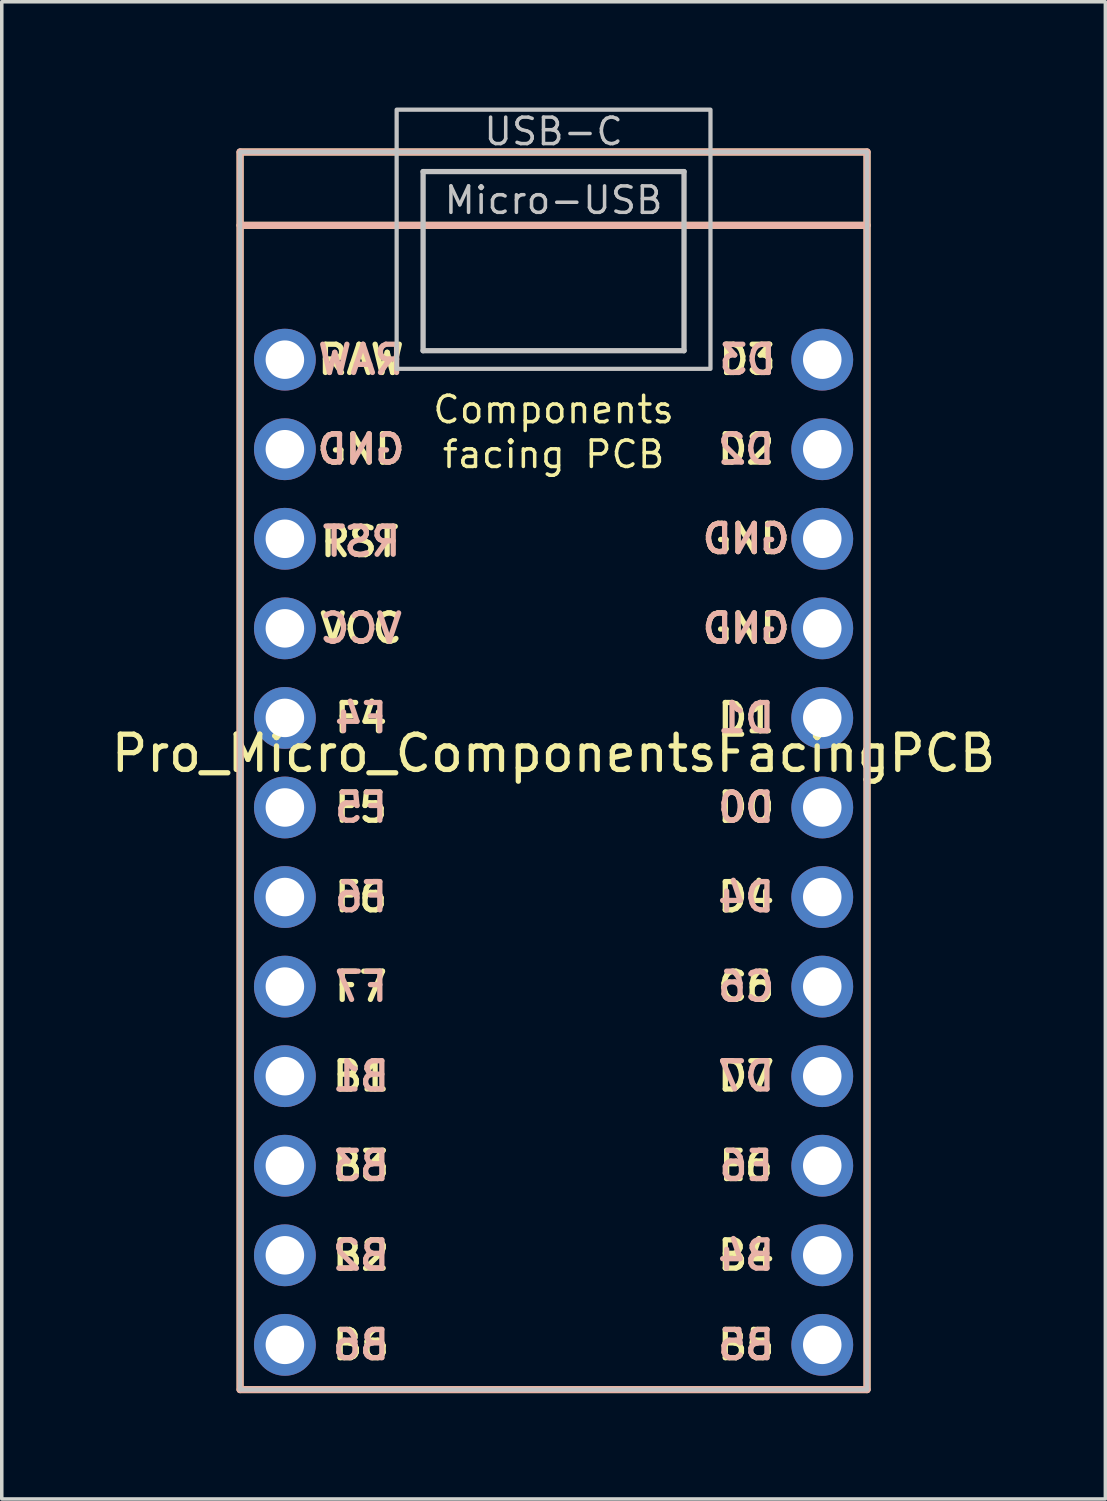
<source format=kicad_pcb>
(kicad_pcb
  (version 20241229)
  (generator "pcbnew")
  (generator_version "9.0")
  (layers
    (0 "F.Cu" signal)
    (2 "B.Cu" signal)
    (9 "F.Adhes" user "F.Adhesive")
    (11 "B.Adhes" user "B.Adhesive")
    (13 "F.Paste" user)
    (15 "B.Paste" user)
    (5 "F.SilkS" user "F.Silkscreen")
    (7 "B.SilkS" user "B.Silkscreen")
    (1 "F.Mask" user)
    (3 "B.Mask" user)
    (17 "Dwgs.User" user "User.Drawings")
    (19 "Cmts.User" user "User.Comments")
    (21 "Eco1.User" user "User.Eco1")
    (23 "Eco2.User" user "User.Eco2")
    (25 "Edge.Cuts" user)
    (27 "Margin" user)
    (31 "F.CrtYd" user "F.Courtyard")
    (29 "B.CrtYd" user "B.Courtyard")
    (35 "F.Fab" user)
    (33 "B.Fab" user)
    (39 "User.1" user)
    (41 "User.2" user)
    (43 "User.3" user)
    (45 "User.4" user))
  (footprint "Pro_Micro_ComponentsFacingPCB"
    (layer "F.Cu")
    (at 12.649 1.816)
    (property "Reference" "Pro_Micro_ComponentsFacingPCB" (at 0 16.5 0) (layer "F.SilkS") (effects (font (size 1 1) (thickness 0.15))))
    (attr through_hole)
    (fp_line (start -8.89 1.524) (end 8.89 1.524) (stroke (width 0.2) (type solid)) (layer "F.SilkS"))
    (fp_rect (start 8.89 34.544) (end -8.89 -0.556) (stroke (width 0.2) (type solid)) (fill no) (layer "F.SilkS"))
    (fp_line (start -8.89 -0.556) (end 8.89 -0.556) (stroke (width 0.2) (type solid)) (layer "B.SilkS"))
    (fp_line (start -8.89 1.524) (end 8.89 1.524) (stroke (width 0.2) (type solid)) (layer "B.SilkS"))
    (fp_line (start -8.89 34.544) (end -8.89 -0.556) (stroke (width 0.2) (type solid)) (layer "B.SilkS"))
    (fp_line (start 8.89 -0.556) (end 8.89 34.544) (stroke (width 0.2) (type solid)) (layer "B.SilkS"))
    (fp_line (start 8.89 34.544) (end -8.89 34.544) (stroke (width 0.2) (type solid)) (layer "B.SilkS"))
    (fp_line (start -3.7 0) (end -3.7 5.08) (stroke (width 0.15) (type solid)) (layer "Dwgs.User"))
    (fp_line (start -3.7 5.08) (end 3.7 5.08) (stroke (width 0.15) (type solid)) (layer "Dwgs.User"))
    (fp_line (start 3.7 0) (end -3.7 0) (stroke (width 0.15) (type solid)) (layer "Dwgs.User"))
    (fp_line (start 3.7 5.08) (end 3.7 0) (stroke (width 0.15) (type solid)) (layer "Dwgs.User"))
    (fp_rect (start 4.45 5.594) (end -4.45 -1.756) (stroke (width 0.12) (type solid)) (fill no) (layer "Dwgs.User"))
    (fp_rect (start 8.89 34.544) (end -8.89 -0.556) (stroke (width 0.12) (type solid)) (fill no) (layer "Dwgs.User"))
    (fp_text user "F5" (at -5.461 18.034 0) (layer "F.SilkS") (effects (font (size 0.8 0.8) (thickness 0.15))))
    (fp_text user "RST" (at -5.5 10.5 0) (layer "F.SilkS") (effects (font (size 0.8 0.8) (thickness 0.15))))
    (fp_text user "Components" (at 0 6.75 0) (unlocked yes) (layer "F.SilkS") (effects (font (size 0.75 0.75) (thickness 0.1))))
    (fp_text user "GND" (at -5.461 7.874 0) (layer "F.SilkS") (effects (font (size 0.8 0.8) (thickness 0.15))))
    (fp_text user "C6" (at 5.461 23.114 0) (layer "F.SilkS") (effects (font (size 0.8 0.8) (thickness 0.15))))
    (fp_text user "RAW" (at -5.461 5.334 0) (layer "F.SilkS") (effects (font (size 0.8 0.8) (thickness 0.15))))
    (fp_text user "D1" (at 5.461 15.494 0) (layer "F.SilkS") (effects (font (size 0.8 0.8) (thickness 0.15))))
    (fp_text user "facing PCB" (at 0 8.02 0) (unlocked yes) (layer "F.SilkS") (effects (font (size 0.75 0.75) (thickness 0.1))))
    (fp_text user "B1" (at -5.461 25.654 0) (layer "F.SilkS") (effects (font (size 0.8 0.8) (thickness 0.15))))
    (fp_text user "E6" (at 5.461 28.194 0) (layer "F.SilkS") (effects (font (size 0.8 0.8) (thickness 0.15))))
    (fp_text user "B3" (at -5.461 28.194 0) (layer "F.SilkS") (effects (font (size 0.8 0.8) (thickness 0.15))))
    (fp_text user "B6" (at -5.461 33.274 0) (layer "F.SilkS") (effects (font (size 0.8 0.8) (thickness 0.15))))
    (fp_text user "B5" (at 5.461 33.274 0) (layer "F.SilkS") (effects (font (size 0.8 0.8) (thickness 0.15))))
    (fp_text user "F7" (at -5.461 23.114 0) (layer "F.SilkS") (effects (font (size 0.8 0.8) (thickness 0.15))))
    (fp_text user "GND" (at 5.461 12.954 0) (layer "F.SilkS") (effects (font (size 0.8 0.8) (thickness 0.15))))
    (fp_text user "D3" (at 5.5 5.334 0) (layer "F.SilkS") (effects (font (size 0.8 0.8) (thickness 0.15))))
    (fp_text user "F4" (at -5.461 15.494 0) (layer "F.SilkS") (effects (font (size 0.8 0.8) (thickness 0.15))))
    (fp_text user "D0" (at 5.461 18.034 0) (layer "F.SilkS") (effects (font (size 0.8 0.8) (thickness 0.15))))
    (fp_text user "GND" (at 5.461 10.414 0) (layer "F.SilkS") (effects (font (size 0.8 0.8) (thickness 0.15))))
    (fp_text user "VCC" (at -5.461 12.954 0) (layer "F.SilkS") (effects (font (size 0.8 0.8) (thickness 0.15))))
    (fp_text user "D2" (at 5.461 7.874 0) (layer "F.SilkS") (effects (font (size 0.8 0.8) (thickness 0.15))))
    (fp_text user "F6" (at -5.461 20.574 0) (layer "F.SilkS") (effects (font (size 0.8 0.8) (thickness 0.15))))
    (fp_text user "D7" (at 5.461 25.654 0) (layer "F.SilkS") (effects (font (size 0.8 0.8) (thickness 0.15))))
    (fp_text user "B2" (at -5.461 30.734 0) (layer "F.SilkS") (effects (font (size 0.8 0.8) (thickness 0.15))))
    (fp_text user "B4" (at 5.461 30.734 0) (layer "F.SilkS") (effects (font (size 0.8 0.8) (thickness 0.15))))
    (fp_text user "D4" (at 5.461 20.574 0) (layer "F.SilkS") (effects (font (size 0.8 0.8) (thickness 0.15))))
    (fp_text user "D0" (at 5.461 18.034 0) (layer "B.SilkS") (effects (font (size 0.8 0.8) (thickness 0.15)) (justify mirror)))
    (fp_text user "F4" (at -5.461 15.494 0) (layer "B.SilkS") (effects (font (size 0.8 0.8) (thickness 0.15)) (justify mirror)))
    (fp_text user "B4" (at 5.461 30.734 0) (layer "B.SilkS") (effects (font (size 0.8 0.8) (thickness 0.15)) (justify mirror)))
    (fp_text user "C6" (at 5.461 23.114 0) (layer "B.SilkS") (effects (font (size 0.8 0.8) (thickness 0.15)) (justify mirror)))
    (fp_text user "F5" (at -5.461 18.034 0) (layer "B.SilkS") (effects (font (size 0.8 0.8) (thickness 0.15)) (justify mirror)))
    (fp_text user "B2" (at -5.461 30.734 0) (layer "B.SilkS") (effects (font (size 0.8 0.8) (thickness 0.15)) (justify mirror)))
    (fp_text user "D3" (at 5.5 5.334 0) (layer "B.SilkS") (effects (font (size 0.8 0.8) (thickness 0.15)) (justify mirror)))
    (fp_text user "RST" (at -5.443 10.49 0) (layer "B.SilkS") (effects (font (size 0.8 0.8) (thickness 0.15)) (justify mirror)))
    (fp_text user "GND" (at 5.461 12.954 0) (layer "B.SilkS") (effects (font (size 0.8 0.8) (thickness 0.15)) (justify mirror)))
    (fp_text user "B3" (at -5.461 28.194 0) (layer "B.SilkS") (effects (font (size 0.8 0.8) (thickness 0.15)) (justify mirror)))
    (fp_text user "D1" (at 5.461 15.494 0) (layer "B.SilkS") (effects (font (size 0.8 0.8) (thickness 0.15)) (justify mirror)))
    (fp_text user "RAW" (at -5.461 5.334 0) (layer "B.SilkS") (effects (font (size 0.8 0.8) (thickness 0.15)) (justify mirror)))
    (fp_text user "D4" (at 5.461 20.574 0) (layer "B.SilkS") (effects (font (size 0.8 0.8) (thickness 0.15)) (justify mirror)))
    (fp_text user "VCC" (at -5.461 12.954 0) (layer "B.SilkS") (effects (font (size 0.8 0.8) (thickness 0.15)) (justify mirror)))
    (fp_text user "B5" (at 5.461 33.274 0) (layer "B.SilkS") (effects (font (size 0.8 0.8) (thickness 0.15)) (justify mirror)))
    (fp_text user "F7" (at -5.461 23.114 0) (layer "B.SilkS") (effects (font (size 0.8 0.8) (thickness 0.15)) (justify mirror)))
    (fp_text user "GND" (at -5.461 7.874 0) (layer "B.SilkS") (effects (font (size 0.8 0.8) (thickness 0.15)) (justify mirror)))
    (fp_text user "F6" (at -5.461 20.574 0) (layer "B.SilkS") (effects (font (size 0.8 0.8) (thickness 0.15)) (justify mirror)))
    (fp_text user "D2" (at 5.461 7.874 0) (layer "B.SilkS") (effects (font (size 0.8 0.8) (thickness 0.15)) (justify mirror)))
    (fp_text user "B6" (at -5.461 33.274 0) (layer "B.SilkS") (effects (font (size 0.8 0.8) (thickness 0.15)) (justify mirror)))
    (fp_text user "D7" (at 5.461 25.654 0) (layer "B.SilkS") (effects (font (size 0.8 0.8) (thickness 0.15)) (justify mirror)))
    (fp_text user "GND" (at 5.461 10.414 0) (layer "B.SilkS") (effects (font (size 0.8 0.8) (thickness 0.15)) (justify mirror)))
    (fp_text user "B1" (at -5.461 25.654 0) (layer "B.SilkS") (effects (font (size 0.8 0.8) (thickness 0.15)) (justify mirror)))
    (fp_text user "E6" (at 5.461 28.194 0) (layer "B.SilkS") (effects (font (size 0.8 0.8) (thickness 0.15)) (justify mirror)))
    (fp_text user "USB-C" (at 0 -1.136 0) (unlocked yes) (layer "Dwgs.User") (effects (font (size 0.75 0.75) (thickness 0.1))))
    (fp_text user "Micro-USB" (at 0 0.814 0) (unlocked yes) (layer "Dwgs.User") (effects (font (size 0.75 0.75) (thickness 0.1))))
    (pad "1" thru_hole circle (at 7.62 5.334 90) (size 1.753 1.753) (drill 1.092) (layers "*.Cu" "*.Mask"))
    (pad "2" thru_hole circle (at 7.62 7.874 90) (size 1.753 1.753) (drill 1.092) (layers "*.Cu" "*.Mask"))
    (pad "3" thru_hole circle (at 7.62 10.414 90) (size 1.753 1.753) (drill 1.092) (layers "*.Cu" "*.Mask"))
    (pad "4" thru_hole circle (at 7.62 12.954 90) (size 1.753 1.753) (drill 1.092) (layers "*.Cu" "*.Mask"))
    (pad "5" thru_hole circle (at 7.62 15.494 90) (size 1.753 1.753) (drill 1.092) (layers "*.Cu" "*.Mask"))
    (pad "6" thru_hole circle (at 7.62 18.034 90) (size 1.753 1.753) (drill 1.092) (layers "*.Cu" "*.Mask"))
    (pad "7" thru_hole circle (at 7.62 20.574 90) (size 1.753 1.753) (drill 1.092) (layers "*.Cu" "*.Mask"))
    (pad "8" thru_hole circle (at 7.62 23.114 90) (size 1.753 1.753) (drill 1.092) (layers "*.Cu" "*.Mask"))
    (pad "9" thru_hole circle (at 7.62 25.654 90) (size 1.753 1.753) (drill 1.092) (layers "*.Cu" "*.Mask"))
    (pad "10" thru_hole circle (at 7.62 28.194 90) (size 1.753 1.753) (drill 1.092) (layers "*.Cu" "*.Mask"))
    (pad "11" thru_hole circle (at 7.62 30.734 90) (size 1.753 1.753) (drill 1.092) (layers "*.Cu" "*.Mask"))
    (pad "12" thru_hole circle (at 7.62 33.274 90) (size 1.753 1.753) (drill 1.092) (layers "*.Cu" "*.Mask"))
    (pad "13" thru_hole circle (at -7.62 33.274 90) (size 1.753 1.753) (drill 1.092) (layers "*.Cu" "*.Mask"))
    (pad "14" thru_hole circle (at -7.62 30.734 90) (size 1.753 1.753) (drill 1.092) (layers "*.Cu" "*.Mask"))
    (pad "15" thru_hole circle (at -7.62 28.194 90) (size 1.753 1.753) (drill 1.092) (layers "*.Cu" "*.Mask"))
    (pad "16" thru_hole circle (at -7.62 25.654 90) (size 1.753 1.753) (drill 1.092) (layers "*.Cu" "*.Mask"))
    (pad "17" thru_hole circle (at -7.62 23.114 90) (size 1.753 1.753) (drill 1.092) (layers "*.Cu" "*.Mask"))
    (pad "18" thru_hole circle (at -7.62 20.574 90) (size 1.753 1.753) (drill 1.092) (layers "*.Cu" "*.Mask"))
    (pad "19" thru_hole circle (at -7.62 18.034 90) (size 1.753 1.753) (drill 1.092) (layers "*.Cu" "*.Mask"))
    (pad "20" thru_hole circle (at -7.62 15.494 90) (size 1.753 1.753) (drill 1.092) (layers "*.Cu" "*.Mask"))
    (pad "21" thru_hole circle (at -7.62 12.954 90) (size 1.753 1.753) (drill 1.092) (layers "*.Cu" "*.Mask"))
    (pad "22" thru_hole circle (at -7.62 10.414 90) (size 1.753 1.753) (drill 1.092) (layers "*.Cu" "*.Mask"))
    (pad "23" thru_hole circle (at -7.62 7.874 90) (size 1.753 1.753) (drill 1.092) (layers "*.Cu" "*.Mask"))
    (pad "24" thru_hole circle (at -7.62 5.334 90) (size 1.753 1.753) (drill 1.092) (layers "*.Cu" "*.Mask")))
  (gr_rect
    (start -3 -3)
    (end 28.298 39.46)
    (stroke (width 0.1) (type default))
    (fill no)
    (layer "Edge.Cuts")))
</source>
